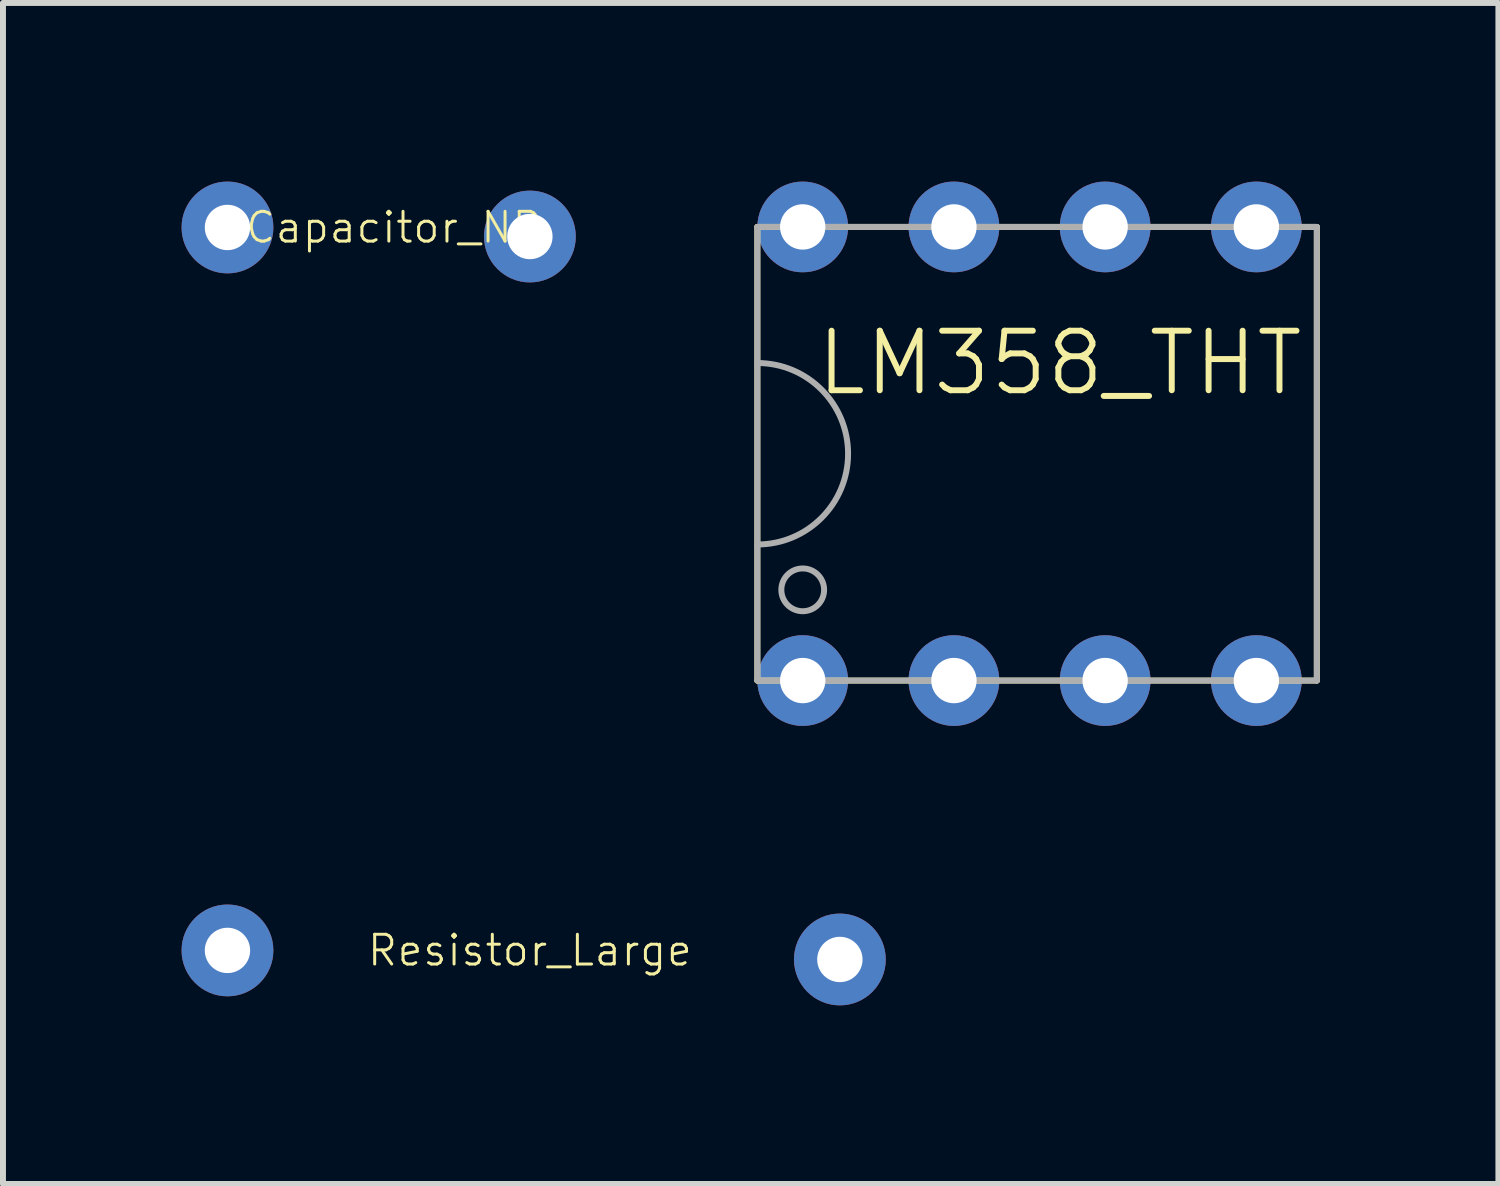
<source format=kicad_pcb>
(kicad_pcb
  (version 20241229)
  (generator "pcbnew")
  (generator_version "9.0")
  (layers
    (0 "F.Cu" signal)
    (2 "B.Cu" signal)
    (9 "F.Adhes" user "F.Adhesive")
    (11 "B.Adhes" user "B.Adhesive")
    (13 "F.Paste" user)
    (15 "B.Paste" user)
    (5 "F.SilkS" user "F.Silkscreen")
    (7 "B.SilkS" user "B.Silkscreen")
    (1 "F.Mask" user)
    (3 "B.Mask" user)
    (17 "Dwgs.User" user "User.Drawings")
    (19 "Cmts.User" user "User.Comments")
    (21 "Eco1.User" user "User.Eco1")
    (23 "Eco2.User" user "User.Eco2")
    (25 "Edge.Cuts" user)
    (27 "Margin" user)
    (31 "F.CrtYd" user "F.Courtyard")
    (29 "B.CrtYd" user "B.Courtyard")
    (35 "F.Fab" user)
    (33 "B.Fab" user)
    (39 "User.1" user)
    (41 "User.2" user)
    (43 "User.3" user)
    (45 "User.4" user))
  (footprint "Resistor_Large"
    (layer "F.Cu")
    (at 5.851 12.915)
    (property "Reference" "Resistor_Large" (at 0 0 0) (unlocked yes) (layer "F.SilkS") (effects (font (size 0.5 0.5) (thickness 0.05))))
    (attr through_hole)
    (pad "1" thru_hole circle (at -5.08 0) (size 1.542 1.542) (drill 0.762) (layers "*.Cu" "*.Mask"))
    (pad "2" thru_hole circle (at 5.207 0.152) (size 1.542 1.542) (drill 0.762) (layers "*.Cu" "*.Mask")))
  (footprint "Capacitor_NP"
    (layer "F.Cu")
    (at 5.851 0.771)
    (property "Reference" "Capacitor_NP" (at -2.286 0 0) (unlocked yes) (layer "F.SilkS") (effects (font (size 0.5 0.5) (thickness 0.05))))
    (attr through_hole)
    (pad "1" thru_hole circle (at -5.08 0) (size 1.542 1.542) (drill 0.762) (layers "*.Cu" "*.Mask"))
    (pad "2" thru_hole circle (at 0 0.152) (size 1.542 1.542) (drill 0.762) (layers "*.Cu" "*.Mask")))
  (footprint "LM358_THT"
    (layer "F.Cu")
    (at 14.752 5.588)
    (property "Reference" "LM358_THT" (at 0 -2.54 0) (unlocked yes) (layer "F.SilkS") (effects (font (size 1 1) (thickness 0.1))))
    (attr through_hole)
    (fp_line (start -5.08 -4.826) (end 4.318 -4.826) (stroke (width 0.1) (type default)) (layer "F.SilkS"))
    (fp_line (start -5.08 2.794) (end -5.08 -4.826) (stroke (width 0.1) (type default)) (layer "F.SilkS"))
    (fp_line (start 4.318 -4.826) (end 4.318 2.794) (stroke (width 0.1) (type default)) (layer "F.SilkS"))
    (fp_line (start 4.318 2.794) (end -5.08 2.794) (stroke (width 0.1) (type default)) (layer "F.SilkS"))
    (fp_line (start -5.08 -4.826) (end 4.318 -4.826) (stroke (width 0.1) (type default)) (layer "F.Fab"))
    (fp_line (start -5.08 2.794) (end -5.08 -4.826) (stroke (width 0.1) (type default)) (layer "F.Fab"))
    (fp_line (start 4.318 -4.826) (end 4.318 2.794) (stroke (width 0.1) (type default)) (layer "F.Fab"))
    (fp_line (start 4.318 2.794) (end -5.08 2.794) (stroke (width 0.1) (type default)) (layer "F.Fab"))
    (fp_arc (start -5.08 -2.54) (mid -3.556 -1.016) (end -5.08 0.508) (stroke (width 0.1) (type default)) (layer "F.Fab"))
    (fp_circle (center -4.318 1.27) (end -4.064 1.016) (stroke (width 0.1) (type default)) (fill no) (layer "F.Fab"))
    (pad "1" thru_hole circle (at -4.318 2.794) (size 1.524 1.524) (drill 0.762) (layers "*.Cu" "*.Mask"))
    (pad "2" thru_hole circle (at -1.778 2.794) (size 1.524 1.524) (drill 0.762) (layers "*.Cu" "*.Mask"))
    (pad "3" thru_hole circle (at 0.762 2.794) (size 1.524 1.524) (drill 0.762) (layers "*.Cu" "*.Mask"))
    (pad "4" thru_hole circle (at 3.302 2.794) (size 1.524 1.524) (drill 0.762) (layers "*.Cu" "*.Mask"))
    (pad "5" thru_hole circle (at 3.302 -4.826) (size 1.524 1.524) (drill 0.762) (layers "*.Cu" "*.Mask"))
    (pad "6" thru_hole circle (at 0.762 -4.826) (size 1.524 1.524) (drill 0.762) (layers "*.Cu" "*.Mask"))
    (pad "7" thru_hole circle (at -1.778 -4.826) (size 1.524 1.524) (drill 0.762) (layers "*.Cu" "*.Mask"))
    (pad "8" thru_hole circle (at -4.318 -4.826) (size 1.524 1.524) (drill 0.762) (layers "*.Cu" "*.Mask")))
  (gr_rect
    (start -3 -3)
    (end 22.12 16.838)
    (stroke (width 0.1) (type default))
    (fill no)
    (layer "Edge.Cuts")))
</source>
